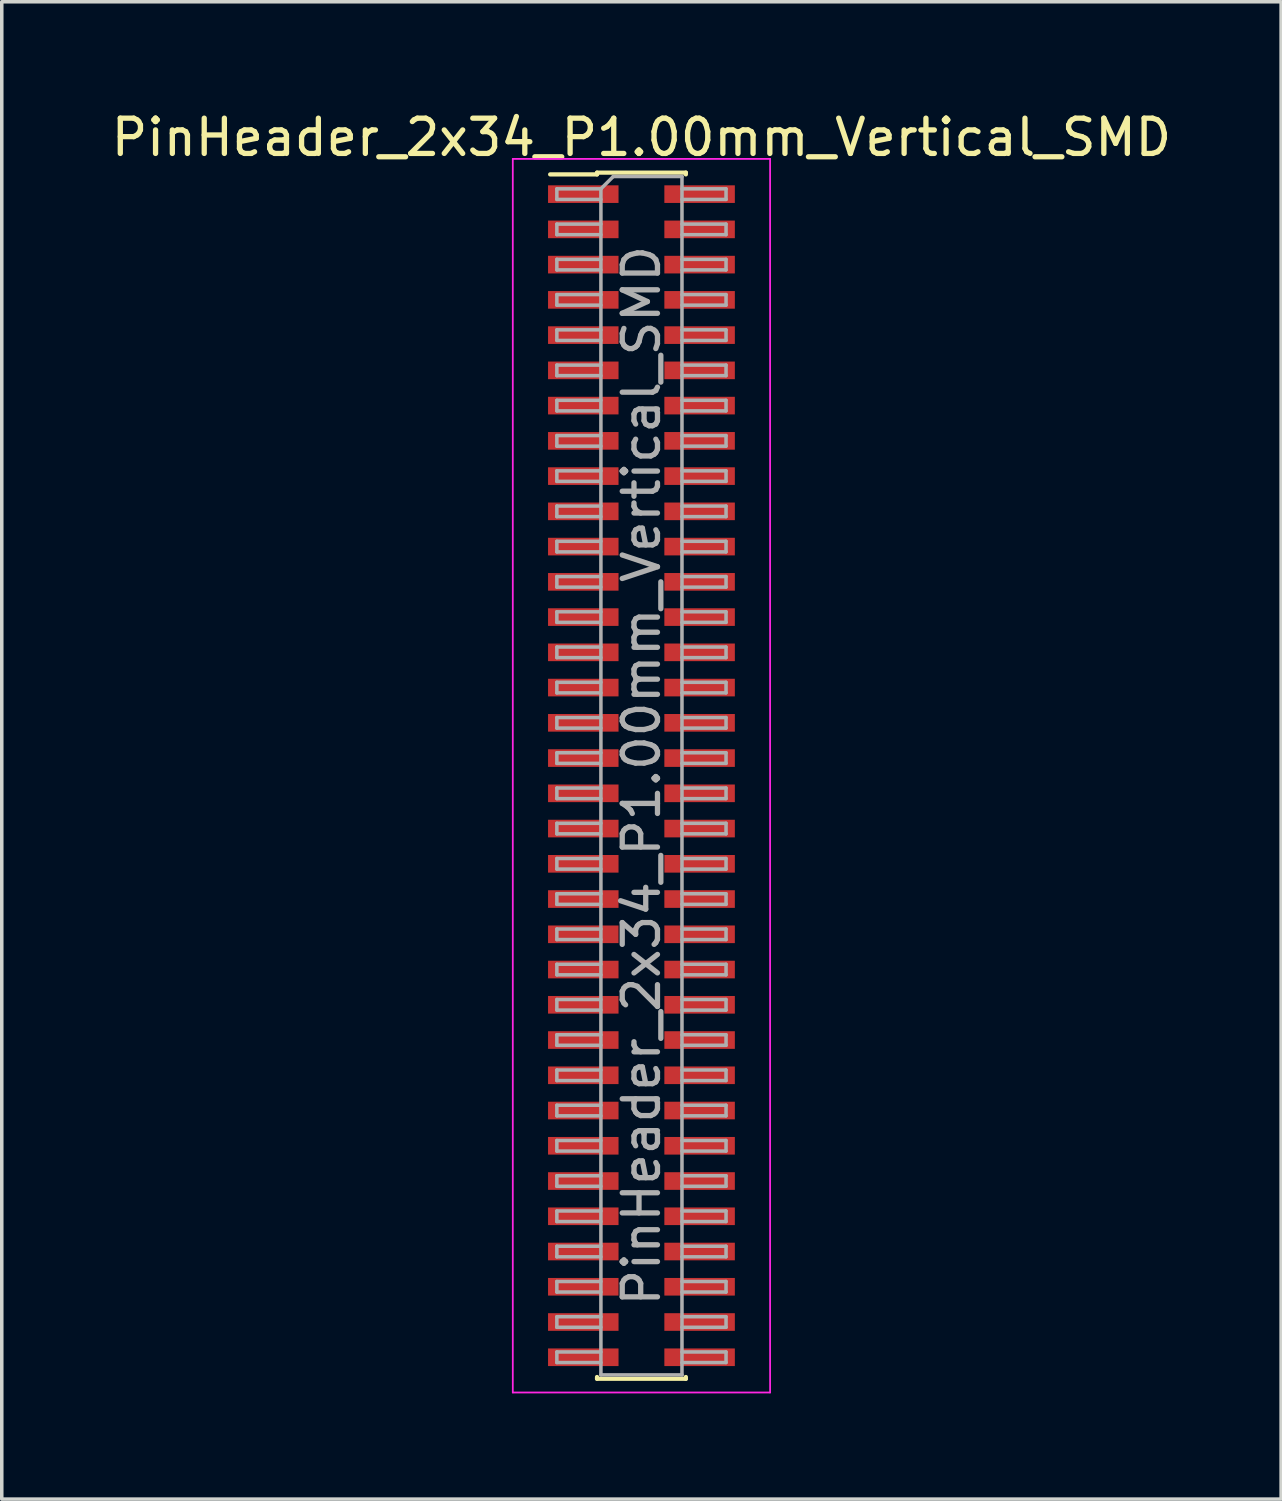
<source format=kicad_pcb>
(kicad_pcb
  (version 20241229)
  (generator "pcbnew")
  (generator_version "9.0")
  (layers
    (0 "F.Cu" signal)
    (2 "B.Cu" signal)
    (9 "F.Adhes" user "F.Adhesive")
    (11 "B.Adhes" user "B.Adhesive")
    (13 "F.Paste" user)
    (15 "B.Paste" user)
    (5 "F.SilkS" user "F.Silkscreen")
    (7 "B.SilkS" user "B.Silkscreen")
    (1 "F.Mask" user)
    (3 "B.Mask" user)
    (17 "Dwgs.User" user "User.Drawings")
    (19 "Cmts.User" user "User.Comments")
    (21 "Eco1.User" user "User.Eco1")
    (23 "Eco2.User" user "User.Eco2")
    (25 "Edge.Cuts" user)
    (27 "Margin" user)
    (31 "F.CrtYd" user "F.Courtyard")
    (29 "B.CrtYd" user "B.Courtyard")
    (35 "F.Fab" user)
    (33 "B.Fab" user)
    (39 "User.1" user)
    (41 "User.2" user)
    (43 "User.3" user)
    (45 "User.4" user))
  (footprint "PinHeader_2x34_P1.00mm_Vertical_SMD"
    (layer "F.Cu")
    (at 15.149 18.958)
    (property "Reference" "PinHeader_2x34_P1.00mm_Vertical_SMD" (at 0 -18.11 0) (layer "F.SilkS") (effects (font (size 1 1) (thickness 0.15))))
    (attr smd)
    (fp_line (start -2.59 -17.06) (end -1.26 -17.06) (stroke (width 0.12) (type solid)) (layer "F.SilkS"))
    (fp_line (start -1.26 -17.11) (end -1.26 -17.06) (stroke (width 0.12) (type solid)) (layer "F.SilkS"))
    (fp_line (start -1.26 -17.11) (end 1.26 -17.11) (stroke (width 0.12) (type solid)) (layer "F.SilkS"))
    (fp_line (start -1.26 17.06) (end -1.26 17.11) (stroke (width 0.12) (type solid)) (layer "F.SilkS"))
    (fp_line (start -1.26 17.11) (end 1.26 17.11) (stroke (width 0.12) (type solid)) (layer "F.SilkS"))
    (fp_line (start 1.26 -17.11) (end 1.26 -17.06) (stroke (width 0.12) (type solid)) (layer "F.SilkS"))
    (fp_line (start 1.26 17.06) (end 1.26 17.11) (stroke (width 0.12) (type solid)) (layer "F.SilkS"))
    (fp_line (start -3.65 -17.5) (end -3.65 17.5) (stroke (width 0.05) (type solid)) (layer "F.CrtYd"))
    (fp_line (start -3.65 17.5) (end 3.65 17.5) (stroke (width 0.05) (type solid)) (layer "F.CrtYd"))
    (fp_line (start 3.65 -17.5) (end -3.65 -17.5) (stroke (width 0.05) (type solid)) (layer "F.CrtYd"))
    (fp_line (start 3.65 17.5) (end 3.65 -17.5) (stroke (width 0.05) (type solid)) (layer "F.CrtYd"))
    (fp_line (start -2.4 -16.65) (end -2.4 -16.35) (stroke (width 0.1) (type solid)) (layer "F.Fab"))
    (fp_line (start -2.4 -16.35) (end -1.15 -16.35) (stroke (width 0.1) (type solid)) (layer "F.Fab"))
    (fp_line (start -2.4 -15.65) (end -2.4 -15.35) (stroke (width 0.1) (type solid)) (layer "F.Fab"))
    (fp_line (start -2.4 -15.35) (end -1.15 -15.35) (stroke (width 0.1) (type solid)) (layer "F.Fab"))
    (fp_line (start -2.4 -14.65) (end -2.4 -14.35) (stroke (width 0.1) (type solid)) (layer "F.Fab"))
    (fp_line (start -2.4 -14.35) (end -1.15 -14.35) (stroke (width 0.1) (type solid)) (layer "F.Fab"))
    (fp_line (start -2.4 -13.65) (end -2.4 -13.35) (stroke (width 0.1) (type solid)) (layer "F.Fab"))
    (fp_line (start -2.4 -13.35) (end -1.15 -13.35) (stroke (width 0.1) (type solid)) (layer "F.Fab"))
    (fp_line (start -2.4 -12.65) (end -2.4 -12.35) (stroke (width 0.1) (type solid)) (layer "F.Fab"))
    (fp_line (start -2.4 -12.35) (end -1.15 -12.35) (stroke (width 0.1) (type solid)) (layer "F.Fab"))
    (fp_line (start -2.4 -11.65) (end -2.4 -11.35) (stroke (width 0.1) (type solid)) (layer "F.Fab"))
    (fp_line (start -2.4 -11.35) (end -1.15 -11.35) (stroke (width 0.1) (type solid)) (layer "F.Fab"))
    (fp_line (start -2.4 -10.65) (end -2.4 -10.35) (stroke (width 0.1) (type solid)) (layer "F.Fab"))
    (fp_line (start -2.4 -10.35) (end -1.15 -10.35) (stroke (width 0.1) (type solid)) (layer "F.Fab"))
    (fp_line (start -2.4 -9.65) (end -2.4 -9.35) (stroke (width 0.1) (type solid)) (layer "F.Fab"))
    (fp_line (start -2.4 -9.35) (end -1.15 -9.35) (stroke (width 0.1) (type solid)) (layer "F.Fab"))
    (fp_line (start -2.4 -8.65) (end -2.4 -8.35) (stroke (width 0.1) (type solid)) (layer "F.Fab"))
    (fp_line (start -2.4 -8.35) (end -1.15 -8.35) (stroke (width 0.1) (type solid)) (layer "F.Fab"))
    (fp_line (start -2.4 -7.65) (end -2.4 -7.35) (stroke (width 0.1) (type solid)) (layer "F.Fab"))
    (fp_line (start -2.4 -7.35) (end -1.15 -7.35) (stroke (width 0.1) (type solid)) (layer "F.Fab"))
    (fp_line (start -2.4 -6.65) (end -2.4 -6.35) (stroke (width 0.1) (type solid)) (layer "F.Fab"))
    (fp_line (start -2.4 -6.35) (end -1.15 -6.35) (stroke (width 0.1) (type solid)) (layer "F.Fab"))
    (fp_line (start -2.4 -5.65) (end -2.4 -5.35) (stroke (width 0.1) (type solid)) (layer "F.Fab"))
    (fp_line (start -2.4 -5.35) (end -1.15 -5.35) (stroke (width 0.1) (type solid)) (layer "F.Fab"))
    (fp_line (start -2.4 -4.65) (end -2.4 -4.35) (stroke (width 0.1) (type solid)) (layer "F.Fab"))
    (fp_line (start -2.4 -4.35) (end -1.15 -4.35) (stroke (width 0.1) (type solid)) (layer "F.Fab"))
    (fp_line (start -2.4 -3.65) (end -2.4 -3.35) (stroke (width 0.1) (type solid)) (layer "F.Fab"))
    (fp_line (start -2.4 -3.35) (end -1.15 -3.35) (stroke (width 0.1) (type solid)) (layer "F.Fab"))
    (fp_line (start -2.4 -2.65) (end -2.4 -2.35) (stroke (width 0.1) (type solid)) (layer "F.Fab"))
    (fp_line (start -2.4 -2.35) (end -1.15 -2.35) (stroke (width 0.1) (type solid)) (layer "F.Fab"))
    (fp_line (start -2.4 -1.65) (end -2.4 -1.35) (stroke (width 0.1) (type solid)) (layer "F.Fab"))
    (fp_line (start -2.4 -1.35) (end -1.15 -1.35) (stroke (width 0.1) (type solid)) (layer "F.Fab"))
    (fp_line (start -2.4 -0.65) (end -2.4 -0.35) (stroke (width 0.1) (type solid)) (layer "F.Fab"))
    (fp_line (start -2.4 -0.35) (end -1.15 -0.35) (stroke (width 0.1) (type solid)) (layer "F.Fab"))
    (fp_line (start -2.4 0.35) (end -2.4 0.65) (stroke (width 0.1) (type solid)) (layer "F.Fab"))
    (fp_line (start -2.4 0.65) (end -1.15 0.65) (stroke (width 0.1) (type solid)) (layer "F.Fab"))
    (fp_line (start -2.4 1.35) (end -2.4 1.65) (stroke (width 0.1) (type solid)) (layer "F.Fab"))
    (fp_line (start -2.4 1.65) (end -1.15 1.65) (stroke (width 0.1) (type solid)) (layer "F.Fab"))
    (fp_line (start -2.4 2.35) (end -2.4 2.65) (stroke (width 0.1) (type solid)) (layer "F.Fab"))
    (fp_line (start -2.4 2.65) (end -1.15 2.65) (stroke (width 0.1) (type solid)) (layer "F.Fab"))
    (fp_line (start -2.4 3.35) (end -2.4 3.65) (stroke (width 0.1) (type solid)) (layer "F.Fab"))
    (fp_line (start -2.4 3.65) (end -1.15 3.65) (stroke (width 0.1) (type solid)) (layer "F.Fab"))
    (fp_line (start -2.4 4.35) (end -2.4 4.65) (stroke (width 0.1) (type solid)) (layer "F.Fab"))
    (fp_line (start -2.4 4.65) (end -1.15 4.65) (stroke (width 0.1) (type solid)) (layer "F.Fab"))
    (fp_line (start -2.4 5.35) (end -2.4 5.65) (stroke (width 0.1) (type solid)) (layer "F.Fab"))
    (fp_line (start -2.4 5.65) (end -1.15 5.65) (stroke (width 0.1) (type solid)) (layer "F.Fab"))
    (fp_line (start -2.4 6.35) (end -2.4 6.65) (stroke (width 0.1) (type solid)) (layer "F.Fab"))
    (fp_line (start -2.4 6.65) (end -1.15 6.65) (stroke (width 0.1) (type solid)) (layer "F.Fab"))
    (fp_line (start -2.4 7.35) (end -2.4 7.65) (stroke (width 0.1) (type solid)) (layer "F.Fab"))
    (fp_line (start -2.4 7.65) (end -1.15 7.65) (stroke (width 0.1) (type solid)) (layer "F.Fab"))
    (fp_line (start -2.4 8.35) (end -2.4 8.65) (stroke (width 0.1) (type solid)) (layer "F.Fab"))
    (fp_line (start -2.4 8.65) (end -1.15 8.65) (stroke (width 0.1) (type solid)) (layer "F.Fab"))
    (fp_line (start -2.4 9.35) (end -2.4 9.65) (stroke (width 0.1) (type solid)) (layer "F.Fab"))
    (fp_line (start -2.4 9.65) (end -1.15 9.65) (stroke (width 0.1) (type solid)) (layer "F.Fab"))
    (fp_line (start -2.4 10.35) (end -2.4 10.65) (stroke (width 0.1) (type solid)) (layer "F.Fab"))
    (fp_line (start -2.4 10.65) (end -1.15 10.65) (stroke (width 0.1) (type solid)) (layer "F.Fab"))
    (fp_line (start -2.4 11.35) (end -2.4 11.65) (stroke (width 0.1) (type solid)) (layer "F.Fab"))
    (fp_line (start -2.4 11.65) (end -1.15 11.65) (stroke (width 0.1) (type solid)) (layer "F.Fab"))
    (fp_line (start -2.4 12.35) (end -2.4 12.65) (stroke (width 0.1) (type solid)) (layer "F.Fab"))
    (fp_line (start -2.4 12.65) (end -1.15 12.65) (stroke (width 0.1) (type solid)) (layer "F.Fab"))
    (fp_line (start -2.4 13.35) (end -2.4 13.65) (stroke (width 0.1) (type solid)) (layer "F.Fab"))
    (fp_line (start -2.4 13.65) (end -1.15 13.65) (stroke (width 0.1) (type solid)) (layer "F.Fab"))
    (fp_line (start -2.4 14.35) (end -2.4 14.65) (stroke (width 0.1) (type solid)) (layer "F.Fab"))
    (fp_line (start -2.4 14.65) (end -1.15 14.65) (stroke (width 0.1) (type solid)) (layer "F.Fab"))
    (fp_line (start -2.4 15.35) (end -2.4 15.65) (stroke (width 0.1) (type solid)) (layer "F.Fab"))
    (fp_line (start -2.4 15.65) (end -1.15 15.65) (stroke (width 0.1) (type solid)) (layer "F.Fab"))
    (fp_line (start -2.4 16.35) (end -2.4 16.65) (stroke (width 0.1) (type solid)) (layer "F.Fab"))
    (fp_line (start -2.4 16.65) (end -1.15 16.65) (stroke (width 0.1) (type solid)) (layer "F.Fab"))
    (fp_line (start -1.15 -16.65) (end -2.4 -16.65) (stroke (width 0.1) (type solid)) (layer "F.Fab"))
    (fp_line (start -1.15 -16.65) (end -0.8 -17) (stroke (width 0.1) (type solid)) (layer "F.Fab"))
    (fp_line (start -1.15 -15.65) (end -2.4 -15.65) (stroke (width 0.1) (type solid)) (layer "F.Fab"))
    (fp_line (start -1.15 -14.65) (end -2.4 -14.65) (stroke (width 0.1) (type solid)) (layer "F.Fab"))
    (fp_line (start -1.15 -13.65) (end -2.4 -13.65) (stroke (width 0.1) (type solid)) (layer "F.Fab"))
    (fp_line (start -1.15 -12.65) (end -2.4 -12.65) (stroke (width 0.1) (type solid)) (layer "F.Fab"))
    (fp_line (start -1.15 -11.65) (end -2.4 -11.65) (stroke (width 0.1) (type solid)) (layer "F.Fab"))
    (fp_line (start -1.15 -10.65) (end -2.4 -10.65) (stroke (width 0.1) (type solid)) (layer "F.Fab"))
    (fp_line (start -1.15 -9.65) (end -2.4 -9.65) (stroke (width 0.1) (type solid)) (layer "F.Fab"))
    (fp_line (start -1.15 -8.65) (end -2.4 -8.65) (stroke (width 0.1) (type solid)) (layer "F.Fab"))
    (fp_line (start -1.15 -7.65) (end -2.4 -7.65) (stroke (width 0.1) (type solid)) (layer "F.Fab"))
    (fp_line (start -1.15 -6.65) (end -2.4 -6.65) (stroke (width 0.1) (type solid)) (layer "F.Fab"))
    (fp_line (start -1.15 -5.65) (end -2.4 -5.65) (stroke (width 0.1) (type solid)) (layer "F.Fab"))
    (fp_line (start -1.15 -4.65) (end -2.4 -4.65) (stroke (width 0.1) (type solid)) (layer "F.Fab"))
    (fp_line (start -1.15 -3.65) (end -2.4 -3.65) (stroke (width 0.1) (type solid)) (layer "F.Fab"))
    (fp_line (start -1.15 -2.65) (end -2.4 -2.65) (stroke (width 0.1) (type solid)) (layer "F.Fab"))
    (fp_line (start -1.15 -1.65) (end -2.4 -1.65) (stroke (width 0.1) (type solid)) (layer "F.Fab"))
    (fp_line (start -1.15 -0.65) (end -2.4 -0.65) (stroke (width 0.1) (type solid)) (layer "F.Fab"))
    (fp_line (start -1.15 0.35) (end -2.4 0.35) (stroke (width 0.1) (type solid)) (layer "F.Fab"))
    (fp_line (start -1.15 1.35) (end -2.4 1.35) (stroke (width 0.1) (type solid)) (layer "F.Fab"))
    (fp_line (start -1.15 2.35) (end -2.4 2.35) (stroke (width 0.1) (type solid)) (layer "F.Fab"))
    (fp_line (start -1.15 3.35) (end -2.4 3.35) (stroke (width 0.1) (type solid)) (layer "F.Fab"))
    (fp_line (start -1.15 4.35) (end -2.4 4.35) (stroke (width 0.1) (type solid)) (layer "F.Fab"))
    (fp_line (start -1.15 5.35) (end -2.4 5.35) (stroke (width 0.1) (type solid)) (layer "F.Fab"))
    (fp_line (start -1.15 6.35) (end -2.4 6.35) (stroke (width 0.1) (type solid)) (layer "F.Fab"))
    (fp_line (start -1.15 7.35) (end -2.4 7.35) (stroke (width 0.1) (type solid)) (layer "F.Fab"))
    (fp_line (start -1.15 8.35) (end -2.4 8.35) (stroke (width 0.1) (type solid)) (layer "F.Fab"))
    (fp_line (start -1.15 9.35) (end -2.4 9.35) (stroke (width 0.1) (type solid)) (layer "F.Fab"))
    (fp_line (start -1.15 10.35) (end -2.4 10.35) (stroke (width 0.1) (type solid)) (layer "F.Fab"))
    (fp_line (start -1.15 11.35) (end -2.4 11.35) (stroke (width 0.1) (type solid)) (layer "F.Fab"))
    (fp_line (start -1.15 12.35) (end -2.4 12.35) (stroke (width 0.1) (type solid)) (layer "F.Fab"))
    (fp_line (start -1.15 13.35) (end -2.4 13.35) (stroke (width 0.1) (type solid)) (layer "F.Fab"))
    (fp_line (start -1.15 14.35) (end -2.4 14.35) (stroke (width 0.1) (type solid)) (layer "F.Fab"))
    (fp_line (start -1.15 15.35) (end -2.4 15.35) (stroke (width 0.1) (type solid)) (layer "F.Fab"))
    (fp_line (start -1.15 16.35) (end -2.4 16.35) (stroke (width 0.1) (type solid)) (layer "F.Fab"))
    (fp_line (start -1.15 17) (end -1.15 -16.65) (stroke (width 0.1) (type solid)) (layer "F.Fab"))
    (fp_line (start -0.8 -17) (end 1.15 -17) (stroke (width 0.1) (type solid)) (layer "F.Fab"))
    (fp_line (start 1.15 -17) (end 1.15 17) (stroke (width 0.1) (type solid)) (layer "F.Fab"))
    (fp_line (start 1.15 -16.65) (end 2.4 -16.65) (stroke (width 0.1) (type solid)) (layer "F.Fab"))
    (fp_line (start 1.15 -15.65) (end 2.4 -15.65) (stroke (width 0.1) (type solid)) (layer "F.Fab"))
    (fp_line (start 1.15 -14.65) (end 2.4 -14.65) (stroke (width 0.1) (type solid)) (layer "F.Fab"))
    (fp_line (start 1.15 -13.65) (end 2.4 -13.65) (stroke (width 0.1) (type solid)) (layer "F.Fab"))
    (fp_line (start 1.15 -12.65) (end 2.4 -12.65) (stroke (width 0.1) (type solid)) (layer "F.Fab"))
    (fp_line (start 1.15 -11.65) (end 2.4 -11.65) (stroke (width 0.1) (type solid)) (layer "F.Fab"))
    (fp_line (start 1.15 -10.65) (end 2.4 -10.65) (stroke (width 0.1) (type solid)) (layer "F.Fab"))
    (fp_line (start 1.15 -9.65) (end 2.4 -9.65) (stroke (width 0.1) (type solid)) (layer "F.Fab"))
    (fp_line (start 1.15 -8.65) (end 2.4 -8.65) (stroke (width 0.1) (type solid)) (layer "F.Fab"))
    (fp_line (start 1.15 -7.65) (end 2.4 -7.65) (stroke (width 0.1) (type solid)) (layer "F.Fab"))
    (fp_line (start 1.15 -6.65) (end 2.4 -6.65) (stroke (width 0.1) (type solid)) (layer "F.Fab"))
    (fp_line (start 1.15 -5.65) (end 2.4 -5.65) (stroke (width 0.1) (type solid)) (layer "F.Fab"))
    (fp_line (start 1.15 -4.65) (end 2.4 -4.65) (stroke (width 0.1) (type solid)) (layer "F.Fab"))
    (fp_line (start 1.15 -3.65) (end 2.4 -3.65) (stroke (width 0.1) (type solid)) (layer "F.Fab"))
    (fp_line (start 1.15 -2.65) (end 2.4 -2.65) (stroke (width 0.1) (type solid)) (layer "F.Fab"))
    (fp_line (start 1.15 -1.65) (end 2.4 -1.65) (stroke (width 0.1) (type solid)) (layer "F.Fab"))
    (fp_line (start 1.15 -0.65) (end 2.4 -0.65) (stroke (width 0.1) (type solid)) (layer "F.Fab"))
    (fp_line (start 1.15 0.35) (end 2.4 0.35) (stroke (width 0.1) (type solid)) (layer "F.Fab"))
    (fp_line (start 1.15 1.35) (end 2.4 1.35) (stroke (width 0.1) (type solid)) (layer "F.Fab"))
    (fp_line (start 1.15 2.35) (end 2.4 2.35) (stroke (width 0.1) (type solid)) (layer "F.Fab"))
    (fp_line (start 1.15 3.35) (end 2.4 3.35) (stroke (width 0.1) (type solid)) (layer "F.Fab"))
    (fp_line (start 1.15 4.35) (end 2.4 4.35) (stroke (width 0.1) (type solid)) (layer "F.Fab"))
    (fp_line (start 1.15 5.35) (end 2.4 5.35) (stroke (width 0.1) (type solid)) (layer "F.Fab"))
    (fp_line (start 1.15 6.35) (end 2.4 6.35) (stroke (width 0.1) (type solid)) (layer "F.Fab"))
    (fp_line (start 1.15 7.35) (end 2.4 7.35) (stroke (width 0.1) (type solid)) (layer "F.Fab"))
    (fp_line (start 1.15 8.35) (end 2.4 8.35) (stroke (width 0.1) (type solid)) (layer "F.Fab"))
    (fp_line (start 1.15 9.35) (end 2.4 9.35) (stroke (width 0.1) (type solid)) (layer "F.Fab"))
    (fp_line (start 1.15 10.35) (end 2.4 10.35) (stroke (width 0.1) (type solid)) (layer "F.Fab"))
    (fp_line (start 1.15 11.35) (end 2.4 11.35) (stroke (width 0.1) (type solid)) (layer "F.Fab"))
    (fp_line (start 1.15 12.35) (end 2.4 12.35) (stroke (width 0.1) (type solid)) (layer "F.Fab"))
    (fp_line (start 1.15 13.35) (end 2.4 13.35) (stroke (width 0.1) (type solid)) (layer "F.Fab"))
    (fp_line (start 1.15 14.35) (end 2.4 14.35) (stroke (width 0.1) (type solid)) (layer "F.Fab"))
    (fp_line (start 1.15 15.35) (end 2.4 15.35) (stroke (width 0.1) (type solid)) (layer "F.Fab"))
    (fp_line (start 1.15 16.35) (end 2.4 16.35) (stroke (width 0.1) (type solid)) (layer "F.Fab"))
    (fp_line (start 1.15 17) (end -1.15 17) (stroke (width 0.1) (type solid)) (layer "F.Fab"))
    (fp_line (start 2.4 -16.65) (end 2.4 -16.35) (stroke (width 0.1) (type solid)) (layer "F.Fab"))
    (fp_line (start 2.4 -16.35) (end 1.15 -16.35) (stroke (width 0.1) (type solid)) (layer "F.Fab"))
    (fp_line (start 2.4 -15.65) (end 2.4 -15.35) (stroke (width 0.1) (type solid)) (layer "F.Fab"))
    (fp_line (start 2.4 -15.35) (end 1.15 -15.35) (stroke (width 0.1) (type solid)) (layer "F.Fab"))
    (fp_line (start 2.4 -14.65) (end 2.4 -14.35) (stroke (width 0.1) (type solid)) (layer "F.Fab"))
    (fp_line (start 2.4 -14.35) (end 1.15 -14.35) (stroke (width 0.1) (type solid)) (layer "F.Fab"))
    (fp_line (start 2.4 -13.65) (end 2.4 -13.35) (stroke (width 0.1) (type solid)) (layer "F.Fab"))
    (fp_line (start 2.4 -13.35) (end 1.15 -13.35) (stroke (width 0.1) (type solid)) (layer "F.Fab"))
    (fp_line (start 2.4 -12.65) (end 2.4 -12.35) (stroke (width 0.1) (type solid)) (layer "F.Fab"))
    (fp_line (start 2.4 -12.35) (end 1.15 -12.35) (stroke (width 0.1) (type solid)) (layer "F.Fab"))
    (fp_line (start 2.4 -11.65) (end 2.4 -11.35) (stroke (width 0.1) (type solid)) (layer "F.Fab"))
    (fp_line (start 2.4 -11.35) (end 1.15 -11.35) (stroke (width 0.1) (type solid)) (layer "F.Fab"))
    (fp_line (start 2.4 -10.65) (end 2.4 -10.35) (stroke (width 0.1) (type solid)) (layer "F.Fab"))
    (fp_line (start 2.4 -10.35) (end 1.15 -10.35) (stroke (width 0.1) (type solid)) (layer "F.Fab"))
    (fp_line (start 2.4 -9.65) (end 2.4 -9.35) (stroke (width 0.1) (type solid)) (layer "F.Fab"))
    (fp_line (start 2.4 -9.35) (end 1.15 -9.35) (stroke (width 0.1) (type solid)) (layer "F.Fab"))
    (fp_line (start 2.4 -8.65) (end 2.4 -8.35) (stroke (width 0.1) (type solid)) (layer "F.Fab"))
    (fp_line (start 2.4 -8.35) (end 1.15 -8.35) (stroke (width 0.1) (type solid)) (layer "F.Fab"))
    (fp_line (start 2.4 -7.65) (end 2.4 -7.35) (stroke (width 0.1) (type solid)) (layer "F.Fab"))
    (fp_line (start 2.4 -7.35) (end 1.15 -7.35) (stroke (width 0.1) (type solid)) (layer "F.Fab"))
    (fp_line (start 2.4 -6.65) (end 2.4 -6.35) (stroke (width 0.1) (type solid)) (layer "F.Fab"))
    (fp_line (start 2.4 -6.35) (end 1.15 -6.35) (stroke (width 0.1) (type solid)) (layer "F.Fab"))
    (fp_line (start 2.4 -5.65) (end 2.4 -5.35) (stroke (width 0.1) (type solid)) (layer "F.Fab"))
    (fp_line (start 2.4 -5.35) (end 1.15 -5.35) (stroke (width 0.1) (type solid)) (layer "F.Fab"))
    (fp_line (start 2.4 -4.65) (end 2.4 -4.35) (stroke (width 0.1) (type solid)) (layer "F.Fab"))
    (fp_line (start 2.4 -4.35) (end 1.15 -4.35) (stroke (width 0.1) (type solid)) (layer "F.Fab"))
    (fp_line (start 2.4 -3.65) (end 2.4 -3.35) (stroke (width 0.1) (type solid)) (layer "F.Fab"))
    (fp_line (start 2.4 -3.35) (end 1.15 -3.35) (stroke (width 0.1) (type solid)) (layer "F.Fab"))
    (fp_line (start 2.4 -2.65) (end 2.4 -2.35) (stroke (width 0.1) (type solid)) (layer "F.Fab"))
    (fp_line (start 2.4 -2.35) (end 1.15 -2.35) (stroke (width 0.1) (type solid)) (layer "F.Fab"))
    (fp_line (start 2.4 -1.65) (end 2.4 -1.35) (stroke (width 0.1) (type solid)) (layer "F.Fab"))
    (fp_line (start 2.4 -1.35) (end 1.15 -1.35) (stroke (width 0.1) (type solid)) (layer "F.Fab"))
    (fp_line (start 2.4 -0.65) (end 2.4 -0.35) (stroke (width 0.1) (type solid)) (layer "F.Fab"))
    (fp_line (start 2.4 -0.35) (end 1.15 -0.35) (stroke (width 0.1) (type solid)) (layer "F.Fab"))
    (fp_line (start 2.4 0.35) (end 2.4 0.65) (stroke (width 0.1) (type solid)) (layer "F.Fab"))
    (fp_line (start 2.4 0.65) (end 1.15 0.65) (stroke (width 0.1) (type solid)) (layer "F.Fab"))
    (fp_line (start 2.4 1.35) (end 2.4 1.65) (stroke (width 0.1) (type solid)) (layer "F.Fab"))
    (fp_line (start 2.4 1.65) (end 1.15 1.65) (stroke (width 0.1) (type solid)) (layer "F.Fab"))
    (fp_line (start 2.4 2.35) (end 2.4 2.65) (stroke (width 0.1) (type solid)) (layer "F.Fab"))
    (fp_line (start 2.4 2.65) (end 1.15 2.65) (stroke (width 0.1) (type solid)) (layer "F.Fab"))
    (fp_line (start 2.4 3.35) (end 2.4 3.65) (stroke (width 0.1) (type solid)) (layer "F.Fab"))
    (fp_line (start 2.4 3.65) (end 1.15 3.65) (stroke (width 0.1) (type solid)) (layer "F.Fab"))
    (fp_line (start 2.4 4.35) (end 2.4 4.65) (stroke (width 0.1) (type solid)) (layer "F.Fab"))
    (fp_line (start 2.4 4.65) (end 1.15 4.65) (stroke (width 0.1) (type solid)) (layer "F.Fab"))
    (fp_line (start 2.4 5.35) (end 2.4 5.65) (stroke (width 0.1) (type solid)) (layer "F.Fab"))
    (fp_line (start 2.4 5.65) (end 1.15 5.65) (stroke (width 0.1) (type solid)) (layer "F.Fab"))
    (fp_line (start 2.4 6.35) (end 2.4 6.65) (stroke (width 0.1) (type solid)) (layer "F.Fab"))
    (fp_line (start 2.4 6.65) (end 1.15 6.65) (stroke (width 0.1) (type solid)) (layer "F.Fab"))
    (fp_line (start 2.4 7.35) (end 2.4 7.65) (stroke (width 0.1) (type solid)) (layer "F.Fab"))
    (fp_line (start 2.4 7.65) (end 1.15 7.65) (stroke (width 0.1) (type solid)) (layer "F.Fab"))
    (fp_line (start 2.4 8.35) (end 2.4 8.65) (stroke (width 0.1) (type solid)) (layer "F.Fab"))
    (fp_line (start 2.4 8.65) (end 1.15 8.65) (stroke (width 0.1) (type solid)) (layer "F.Fab"))
    (fp_line (start 2.4 9.35) (end 2.4 9.65) (stroke (width 0.1) (type solid)) (layer "F.Fab"))
    (fp_line (start 2.4 9.65) (end 1.15 9.65) (stroke (width 0.1) (type solid)) (layer "F.Fab"))
    (fp_line (start 2.4 10.35) (end 2.4 10.65) (stroke (width 0.1) (type solid)) (layer "F.Fab"))
    (fp_line (start 2.4 10.65) (end 1.15 10.65) (stroke (width 0.1) (type solid)) (layer "F.Fab"))
    (fp_line (start 2.4 11.35) (end 2.4 11.65) (stroke (width 0.1) (type solid)) (layer "F.Fab"))
    (fp_line (start 2.4 11.65) (end 1.15 11.65) (stroke (width 0.1) (type solid)) (layer "F.Fab"))
    (fp_line (start 2.4 12.35) (end 2.4 12.65) (stroke (width 0.1) (type solid)) (layer "F.Fab"))
    (fp_line (start 2.4 12.65) (end 1.15 12.65) (stroke (width 0.1) (type solid)) (layer "F.Fab"))
    (fp_line (start 2.4 13.35) (end 2.4 13.65) (stroke (width 0.1) (type solid)) (layer "F.Fab"))
    (fp_line (start 2.4 13.65) (end 1.15 13.65) (stroke (width 0.1) (type solid)) (layer "F.Fab"))
    (fp_line (start 2.4 14.35) (end 2.4 14.65) (stroke (width 0.1) (type solid)) (layer "F.Fab"))
    (fp_line (start 2.4 14.65) (end 1.15 14.65) (stroke (width 0.1) (type solid)) (layer "F.Fab"))
    (fp_line (start 2.4 15.35) (end 2.4 15.65) (stroke (width 0.1) (type solid)) (layer "F.Fab"))
    (fp_line (start 2.4 15.65) (end 1.15 15.65) (stroke (width 0.1) (type solid)) (layer "F.Fab"))
    (fp_line (start 2.4 16.35) (end 2.4 16.65) (stroke (width 0.1) (type solid)) (layer "F.Fab"))
    (fp_line (start 2.4 16.65) (end 1.15 16.65) (stroke (width 0.1) (type solid)) (layer "F.Fab"))
    (fp_text user "${REFERENCE}" (at 0 0 90) (layer "F.Fab") (effects (font (size 1 1) (thickness 0.15))))
    (pad "1" smd rect (at -1.65 -16.5) (size 2 0.5) (layers "F.Cu" "F.Mask" "F.Paste"))
    (pad "2" smd rect (at 1.65 -16.5) (size 2 0.5) (layers "F.Cu" "F.Mask" "F.Paste"))
    (pad "3" smd rect (at -1.65 -15.5) (size 2 0.5) (layers "F.Cu" "F.Mask" "F.Paste"))
    (pad "4" smd rect (at 1.65 -15.5) (size 2 0.5) (layers "F.Cu" "F.Mask" "F.Paste"))
    (pad "5" smd rect (at -1.65 -14.5) (size 2 0.5) (layers "F.Cu" "F.Mask" "F.Paste"))
    (pad "6" smd rect (at 1.65 -14.5) (size 2 0.5) (layers "F.Cu" "F.Mask" "F.Paste"))
    (pad "7" smd rect (at -1.65 -13.5) (size 2 0.5) (layers "F.Cu" "F.Mask" "F.Paste"))
    (pad "8" smd rect (at 1.65 -13.5) (size 2 0.5) (layers "F.Cu" "F.Mask" "F.Paste"))
    (pad "9" smd rect (at -1.65 -12.5) (size 2 0.5) (layers "F.Cu" "F.Mask" "F.Paste"))
    (pad "10" smd rect (at 1.65 -12.5) (size 2 0.5) (layers "F.Cu" "F.Mask" "F.Paste"))
    (pad "11" smd rect (at -1.65 -11.5) (size 2 0.5) (layers "F.Cu" "F.Mask" "F.Paste"))
    (pad "12" smd rect (at 1.65 -11.5) (size 2 0.5) (layers "F.Cu" "F.Mask" "F.Paste"))
    (pad "13" smd rect (at -1.65 -10.5) (size 2 0.5) (layers "F.Cu" "F.Mask" "F.Paste"))
    (pad "14" smd rect (at 1.65 -10.5) (size 2 0.5) (layers "F.Cu" "F.Mask" "F.Paste"))
    (pad "15" smd rect (at -1.65 -9.5) (size 2 0.5) (layers "F.Cu" "F.Mask" "F.Paste"))
    (pad "16" smd rect (at 1.65 -9.5) (size 2 0.5) (layers "F.Cu" "F.Mask" "F.Paste"))
    (pad "17" smd rect (at -1.65 -8.5) (size 2 0.5) (layers "F.Cu" "F.Mask" "F.Paste"))
    (pad "18" smd rect (at 1.65 -8.5) (size 2 0.5) (layers "F.Cu" "F.Mask" "F.Paste"))
    (pad "19" smd rect (at -1.65 -7.5) (size 2 0.5) (layers "F.Cu" "F.Mask" "F.Paste"))
    (pad "20" smd rect (at 1.65 -7.5) (size 2 0.5) (layers "F.Cu" "F.Mask" "F.Paste"))
    (pad "21" smd rect (at -1.65 -6.5) (size 2 0.5) (layers "F.Cu" "F.Mask" "F.Paste"))
    (pad "22" smd rect (at 1.65 -6.5) (size 2 0.5) (layers "F.Cu" "F.Mask" "F.Paste"))
    (pad "23" smd rect (at -1.65 -5.5) (size 2 0.5) (layers "F.Cu" "F.Mask" "F.Paste"))
    (pad "24" smd rect (at 1.65 -5.5) (size 2 0.5) (layers "F.Cu" "F.Mask" "F.Paste"))
    (pad "25" smd rect (at -1.65 -4.5) (size 2 0.5) (layers "F.Cu" "F.Mask" "F.Paste"))
    (pad "26" smd rect (at 1.65 -4.5) (size 2 0.5) (layers "F.Cu" "F.Mask" "F.Paste"))
    (pad "27" smd rect (at -1.65 -3.5) (size 2 0.5) (layers "F.Cu" "F.Mask" "F.Paste"))
    (pad "28" smd rect (at 1.65 -3.5) (size 2 0.5) (layers "F.Cu" "F.Mask" "F.Paste"))
    (pad "29" smd rect (at -1.65 -2.5) (size 2 0.5) (layers "F.Cu" "F.Mask" "F.Paste"))
    (pad "30" smd rect (at 1.65 -2.5) (size 2 0.5) (layers "F.Cu" "F.Mask" "F.Paste"))
    (pad "31" smd rect (at -1.65 -1.5) (size 2 0.5) (layers "F.Cu" "F.Mask" "F.Paste"))
    (pad "32" smd rect (at 1.65 -1.5) (size 2 0.5) (layers "F.Cu" "F.Mask" "F.Paste"))
    (pad "33" smd rect (at -1.65 -0.5) (size 2 0.5) (layers "F.Cu" "F.Mask" "F.Paste"))
    (pad "34" smd rect (at 1.65 -0.5) (size 2 0.5) (layers "F.Cu" "F.Mask" "F.Paste"))
    (pad "35" smd rect (at -1.65 0.5) (size 2 0.5) (layers "F.Cu" "F.Mask" "F.Paste"))
    (pad "36" smd rect (at 1.65 0.5) (size 2 0.5) (layers "F.Cu" "F.Mask" "F.Paste"))
    (pad "37" smd rect (at -1.65 1.5) (size 2 0.5) (layers "F.Cu" "F.Mask" "F.Paste"))
    (pad "38" smd rect (at 1.65 1.5) (size 2 0.5) (layers "F.Cu" "F.Mask" "F.Paste"))
    (pad "39" smd rect (at -1.65 2.5) (size 2 0.5) (layers "F.Cu" "F.Mask" "F.Paste"))
    (pad "40" smd rect (at 1.65 2.5) (size 2 0.5) (layers "F.Cu" "F.Mask" "F.Paste"))
    (pad "41" smd rect (at -1.65 3.5) (size 2 0.5) (layers "F.Cu" "F.Mask" "F.Paste"))
    (pad "42" smd rect (at 1.65 3.5) (size 2 0.5) (layers "F.Cu" "F.Mask" "F.Paste"))
    (pad "43" smd rect (at -1.65 4.5) (size 2 0.5) (layers "F.Cu" "F.Mask" "F.Paste"))
    (pad "44" smd rect (at 1.65 4.5) (size 2 0.5) (layers "F.Cu" "F.Mask" "F.Paste"))
    (pad "45" smd rect (at -1.65 5.5) (size 2 0.5) (layers "F.Cu" "F.Mask" "F.Paste"))
    (pad "46" smd rect (at 1.65 5.5) (size 2 0.5) (layers "F.Cu" "F.Mask" "F.Paste"))
    (pad "47" smd rect (at -1.65 6.5) (size 2 0.5) (layers "F.Cu" "F.Mask" "F.Paste"))
    (pad "48" smd rect (at 1.65 6.5) (size 2 0.5) (layers "F.Cu" "F.Mask" "F.Paste"))
    (pad "49" smd rect (at -1.65 7.5) (size 2 0.5) (layers "F.Cu" "F.Mask" "F.Paste"))
    (pad "50" smd rect (at 1.65 7.5) (size 2 0.5) (layers "F.Cu" "F.Mask" "F.Paste"))
    (pad "51" smd rect (at -1.65 8.5) (size 2 0.5) (layers "F.Cu" "F.Mask" "F.Paste"))
    (pad "52" smd rect (at 1.65 8.5) (size 2 0.5) (layers "F.Cu" "F.Mask" "F.Paste"))
    (pad "53" smd rect (at -1.65 9.5) (size 2 0.5) (layers "F.Cu" "F.Mask" "F.Paste"))
    (pad "54" smd rect (at 1.65 9.5) (size 2 0.5) (layers "F.Cu" "F.Mask" "F.Paste"))
    (pad "55" smd rect (at -1.65 10.5) (size 2 0.5) (layers "F.Cu" "F.Mask" "F.Paste"))
    (pad "56" smd rect (at 1.65 10.5) (size 2 0.5) (layers "F.Cu" "F.Mask" "F.Paste"))
    (pad "57" smd rect (at -1.65 11.5) (size 2 0.5) (layers "F.Cu" "F.Mask" "F.Paste"))
    (pad "58" smd rect (at 1.65 11.5) (size 2 0.5) (layers "F.Cu" "F.Mask" "F.Paste"))
    (pad "59" smd rect (at -1.65 12.5) (size 2 0.5) (layers "F.Cu" "F.Mask" "F.Paste"))
    (pad "60" smd rect (at 1.65 12.5) (size 2 0.5) (layers "F.Cu" "F.Mask" "F.Paste"))
    (pad "61" smd rect (at -1.65 13.5) (size 2 0.5) (layers "F.Cu" "F.Mask" "F.Paste"))
    (pad "62" smd rect (at 1.65 13.5) (size 2 0.5) (layers "F.Cu" "F.Mask" "F.Paste"))
    (pad "63" smd rect (at -1.65 14.5) (size 2 0.5) (layers "F.Cu" "F.Mask" "F.Paste"))
    (pad "64" smd rect (at 1.65 14.5) (size 2 0.5) (layers "F.Cu" "F.Mask" "F.Paste"))
    (pad "65" smd rect (at -1.65 15.5) (size 2 0.5) (layers "F.Cu" "F.Mask" "F.Paste"))
    (pad "66" smd rect (at 1.65 15.5) (size 2 0.5) (layers "F.Cu" "F.Mask" "F.Paste"))
    (pad "67" smd rect (at -1.65 16.5) (size 2 0.5) (layers "F.Cu" "F.Mask" "F.Paste"))
    (pad "68" smd rect (at 1.65 16.5) (size 2 0.5) (layers "F.Cu" "F.Mask" "F.Paste")))
  (gr_rect
    (start -3 -3)
    (end 33.298 39.483)
    (stroke (width 0.1) (type default))
    (fill no)
    (layer "Edge.Cuts")))
</source>
